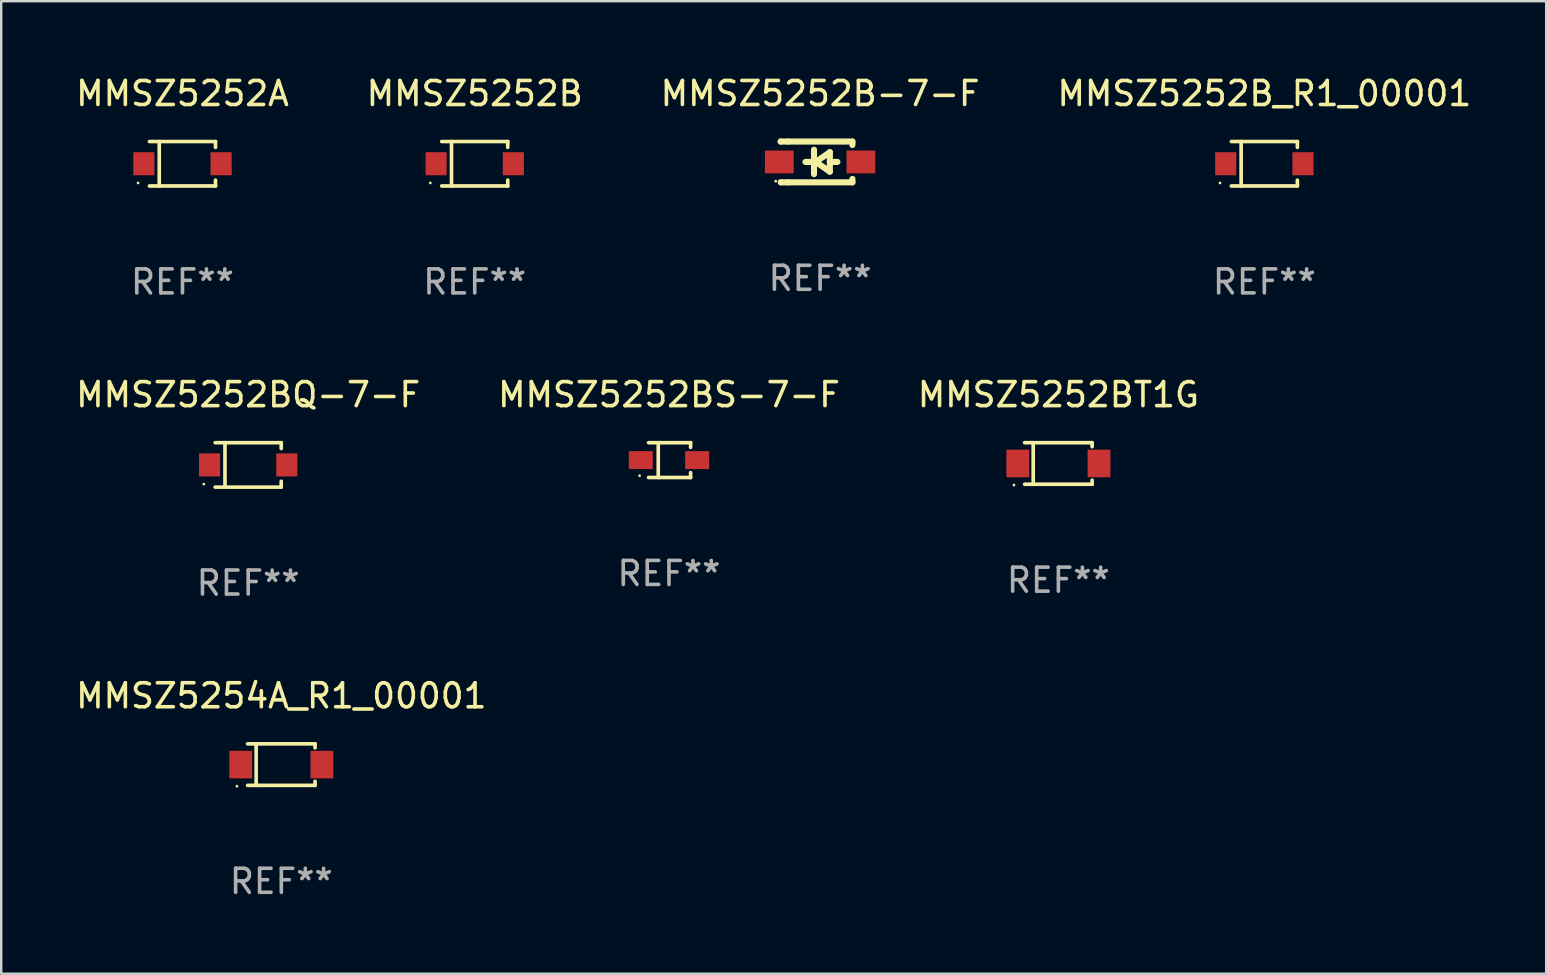
<source format=kicad_pcb>
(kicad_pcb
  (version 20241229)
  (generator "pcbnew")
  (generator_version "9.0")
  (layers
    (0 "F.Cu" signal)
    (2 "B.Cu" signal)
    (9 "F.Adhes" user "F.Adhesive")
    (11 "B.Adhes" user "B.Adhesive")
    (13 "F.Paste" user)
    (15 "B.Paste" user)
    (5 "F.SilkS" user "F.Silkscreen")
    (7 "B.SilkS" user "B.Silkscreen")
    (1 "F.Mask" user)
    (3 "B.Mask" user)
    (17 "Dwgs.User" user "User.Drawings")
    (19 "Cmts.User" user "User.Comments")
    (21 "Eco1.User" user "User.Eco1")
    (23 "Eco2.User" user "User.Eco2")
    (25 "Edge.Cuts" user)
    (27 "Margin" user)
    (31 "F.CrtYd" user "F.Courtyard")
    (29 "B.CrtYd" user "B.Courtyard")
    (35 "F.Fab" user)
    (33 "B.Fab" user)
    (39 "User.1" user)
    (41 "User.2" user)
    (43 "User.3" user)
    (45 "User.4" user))
  (footprint "MMSZ5252A"
    (layer "F.Cu")
    (at 4.554 3.774)
    (property "Reference" "MMSZ5252A" (at 0 -2.926 0) (layer "F.SilkS") (effects (font (size 1 1) (thickness 0.15))))
    (attr through_hole)
    (fp_line (start -1.376 -0.926) (end 1.376 -0.926) (stroke (width 0.152) (type solid)) (layer "F.SilkS"))
    (fp_line (start -1.376 0.926) (end 1.376 0.926) (stroke (width 0.152) (type solid)) (layer "F.SilkS"))
    (fp_line (start -0.967 -0.926) (end -0.967 0.926) (stroke (width 0.152) (type solid)) (layer "F.SilkS"))
    (fp_line (start 1.376 -0.926) (end 1.376 -0.683) (stroke (width 0.152) (type solid)) (layer "F.SilkS"))
    (fp_line (start 1.376 0.926) (end 1.376 0.683) (stroke (width 0.152) (type solid)) (layer "F.SilkS"))
    (fp_circle (center -1.85 0.8) (end -1.82 0.8) (stroke (width 0.06) (type solid)) (fill no) (layer "F.SilkS"))
    (fp_text user "REF**" (at 0 4.926 0) (layer "F.Fab") (effects (font (size 1 1) (thickness 0.15))))
    (pad "1" smd rect (at -1.61 0) (size 0.88 0.96) (layers "F.Cu" "F.Mask" "F.Paste"))
    (pad "2" smd rect (at 1.61 0) (size 0.88 0.96) (layers "F.Cu" "F.Mask" "F.Paste")))
  (footprint "MMSZ5252B"
    (layer "F.Cu")
    (at 16.732 3.774)
    (property "Reference" "MMSZ5252B" (at 0 -2.926 0) (layer "F.SilkS") (effects (font (size 1 1) (thickness 0.15))))
    (attr through_hole)
    (fp_line (start -1.376 -0.926) (end 1.376 -0.926) (stroke (width 0.152) (type solid)) (layer "F.SilkS"))
    (fp_line (start -1.376 0.926) (end 1.376 0.926) (stroke (width 0.152) (type solid)) (layer "F.SilkS"))
    (fp_line (start -0.967 -0.926) (end -0.967 0.926) (stroke (width 0.152) (type solid)) (layer "F.SilkS"))
    (fp_line (start 1.376 -0.926) (end 1.376 -0.683) (stroke (width 0.152) (type solid)) (layer "F.SilkS"))
    (fp_line (start 1.376 0.926) (end 1.376 0.683) (stroke (width 0.152) (type solid)) (layer "F.SilkS"))
    (fp_circle (center -1.85 0.8) (end -1.82 0.8) (stroke (width 0.06) (type solid)) (fill no) (layer "F.SilkS"))
    (fp_text user "REF**" (at 0 4.926 0) (layer "F.Fab") (effects (font (size 1 1) (thickness 0.15))))
    (pad "1" smd rect (at -1.61 0) (size 0.88 0.96) (layers "F.Cu" "F.Mask" "F.Paste"))
    (pad "2" smd rect (at 1.61 0) (size 0.88 0.96) (layers "F.Cu" "F.Mask" "F.Paste")))
  (footprint "MMSZ5252BQ-7-F"
    (layer "F.Cu")
    (at 7.292 16.323)
    (property "Reference" "MMSZ5252BQ-7-F" (at 0 -2.926 0) (layer "F.SilkS") (effects (font (size 1 1) (thickness 0.15))))
    (attr through_hole)
    (fp_line (start -1.376 -0.926) (end 1.376 -0.926) (stroke (width 0.152) (type solid)) (layer "F.SilkS"))
    (fp_line (start -1.376 0.926) (end 1.376 0.926) (stroke (width 0.152) (type solid)) (layer "F.SilkS"))
    (fp_line (start -0.967 -0.926) (end -0.967 0.926) (stroke (width 0.152) (type solid)) (layer "F.SilkS"))
    (fp_line (start 1.376 -0.926) (end 1.376 -0.683) (stroke (width 0.152) (type solid)) (layer "F.SilkS"))
    (fp_line (start 1.376 0.926) (end 1.376 0.683) (stroke (width 0.152) (type solid)) (layer "F.SilkS"))
    (fp_circle (center -1.85 0.8) (end -1.82 0.8) (stroke (width 0.06) (type solid)) (fill no) (layer "F.SilkS"))
    (fp_text user "REF**" (at 0 4.926 0) (layer "F.Fab") (effects (font (size 1 1) (thickness 0.15))))
    (pad "1" smd rect (at -1.61 0) (size 0.88 0.96) (layers "F.Cu" "F.Mask" "F.Paste"))
    (pad "2" smd rect (at 1.61 0) (size 0.88 0.96) (layers "F.Cu" "F.Mask" "F.Paste")))
  (footprint "MMSZ5252BS-7-F"
    (layer "F.Cu")
    (at 24.827 16.123)
    (property "Reference" "MMSZ5252BS-7-F" (at 0 -2.726 0) (layer "F.SilkS") (effects (font (size 1 1) (thickness 0.15))))
    (attr through_hole)
    (fp_line (start -0.851 -0.726) (end 0.901 -0.726) (stroke (width 0.152) (type solid)) (layer "F.SilkS"))
    (fp_line (start -0.851 0.726) (end 0.901 0.726) (stroke (width 0.152) (type solid)) (layer "F.SilkS"))
    (fp_line (start -0.447 -0.726) (end -0.447 0.726) (stroke (width 0.152) (type solid)) (layer "F.SilkS"))
    (fp_line (start 0.901 -0.726) (end 0.901 -0.53) (stroke (width 0.152) (type solid)) (layer "F.SilkS"))
    (fp_line (start 0.901 0.726) (end 0.901 0.52) (stroke (width 0.152) (type solid)) (layer "F.SilkS"))
    (fp_circle (center -1.225 0.65) (end -1.195 0.65) (stroke (width 0.06) (type solid)) (fill no) (layer "F.SilkS"))
    (fp_text user "REF**" (at 0 4.726 0) (layer "F.Fab") (effects (font (size 1 1) (thickness 0.15))))
    (pad "1" smd rect (at -1.173 0) (size 1 0.75) (layers "F.Cu" "F.Mask" "F.Paste"))
    (pad "2" smd rect (at 1.173 0) (size 1 0.75) (layers "F.Cu" "F.Mask" "F.Paste")))
  (footprint "MMSZ5252BT1G"
    (layer "F.Cu")
    (at 41.054 16.263)
    (property "Reference" "MMSZ5252BT1G" (at 0 -2.866 0) (layer "F.SilkS") (effects (font (size 1 1) (thickness 0.15))))
    (attr through_hole)
    (fp_line (start -1.406 -0.866) (end 1.406 -0.866) (stroke (width 0.152) (type solid)) (layer "F.SilkS"))
    (fp_line (start -1.406 0.866) (end 1.406 0.866) (stroke (width 0.152) (type solid)) (layer "F.SilkS"))
    (fp_line (start -1.049 -0.866) (end -1.049 0.866) (stroke (width 0.152) (type solid)) (layer "F.SilkS"))
    (fp_line (start 1.406 -0.866) (end 1.406 -0.698) (stroke (width 0.152) (type solid)) (layer "F.SilkS"))
    (fp_line (start 1.406 0.866) (end 1.406 0.698) (stroke (width 0.152) (type solid)) (layer "F.SilkS"))
    (fp_circle (center -1.851 0.9) (end -1.821 0.9) (stroke (width 0.06) (type solid)) (fill no) (layer "F.SilkS"))
    (fp_text user "REF**" (at 0 4.866 0) (layer "F.Fab") (effects (font (size 1 1) (thickness 0.15))))
    (pad "1" smd rect (at -1.692 0) (size 0.95 1.15) (layers "F.Cu" "F.Mask" "F.Paste"))
    (pad "2" smd rect (at 1.692 0) (size 0.95 1.15) (layers "F.Cu" "F.Mask" "F.Paste")))
  (footprint "MMSZ5252B-7-F"
    (layer "F.Cu")
    (at 31.125 3.698)
    (property "Reference" "MMSZ5252B-7-F" (at 0 -2.85 0) (layer "F.SilkS") (effects (font (size 1 1) (thickness 0.15))))
    (attr through_hole)
    (fp_line (start -1.643 -0.85) (end -1.644 -0.849) (stroke (width 0.254) (type solid)) (layer "F.SilkS"))
    (fp_line (start -1.638 0.85) (end -1.639 0.849) (stroke (width 0.254) (type solid)) (layer "F.SilkS"))
    (fp_line (start -1.346 -0.85) (end -1.643 -0.85) (stroke (width 0.254) (type solid)) (layer "F.SilkS"))
    (fp_line (start -1.346 -0.85) (end 1.346 -0.85) (stroke (width 0.254) (type solid)) (layer "F.SilkS"))
    (fp_line (start -1.346 0.85) (end -1.638 0.85) (stroke (width 0.254) (type solid)) (layer "F.SilkS"))
    (fp_line (start -0.28 0) (end -0.61 0) (stroke (width 0.254) (type solid)) (layer "F.SilkS"))
    (fp_line (start -0.254 -0.508) (end -0.254 0.508) (stroke (width 0.254) (type solid)) (layer "F.SilkS"))
    (fp_line (start -0.178 0) (end 0.406 -0.406) (stroke (width 0.254) (type solid)) (layer "F.SilkS"))
    (fp_line (start 0.406 -0.406) (end 0.406 0.406) (stroke (width 0.254) (type solid)) (layer "F.SilkS"))
    (fp_line (start 0.406 -0.000254) (end 0.72 -0.000254) (stroke (width 0.254) (type solid)) (layer "F.SilkS"))
    (fp_line (start 0.406 0.406) (end -0.178 0) (stroke (width 0.254) (type solid)) (layer "F.SilkS"))
    (fp_line (start 1.346 -0.85) (end 1.346 -0.706) (stroke (width 0.254) (type solid)) (layer "F.SilkS"))
    (fp_line (start 1.346 0.706) (end 1.346 0.85) (stroke (width 0.254) (type solid)) (layer "F.SilkS"))
    (fp_line (start 1.346 0.85) (end -1.346 0.85) (stroke (width 0.254) (type solid)) (layer "F.SilkS"))
    (fp_circle (center -1.85 0.8) (end -1.82 0.8) (stroke (width 0.06) (type solid)) (fill no) (layer "F.SilkS"))
    (fp_text user "REF**" (at 0 4.85 0) (layer "F.Fab") (effects (font (size 1 1) (thickness 0.15))))
    (pad "1" smd rect (at -1.7 0) (size 1.2 0.95) (layers "F.Cu" "F.Mask" "F.Paste"))
    (pad "2" smd rect (at 1.7 0) (size 1.2 0.95) (layers "F.Cu" "F.Mask" "F.Paste")))
  (footprint "MMSZ5252B_R1_00001"
    (layer "F.Cu")
    (at 49.637 3.774)
    (property "Reference" "MMSZ5252B_R1_00001" (at 0 -2.926 0) (layer "F.SilkS") (effects (font (size 1 1) (thickness 0.15))))
    (attr through_hole)
    (fp_line (start -1.376 -0.926) (end 1.376 -0.926) (stroke (width 0.152) (type solid)) (layer "F.SilkS"))
    (fp_line (start -1.376 0.926) (end 1.376 0.926) (stroke (width 0.152) (type solid)) (layer "F.SilkS"))
    (fp_line (start -0.967 -0.926) (end -0.967 0.926) (stroke (width 0.152) (type solid)) (layer "F.SilkS"))
    (fp_line (start 1.376 -0.926) (end 1.376 -0.683) (stroke (width 0.152) (type solid)) (layer "F.SilkS"))
    (fp_line (start 1.376 0.926) (end 1.376 0.683) (stroke (width 0.152) (type solid)) (layer "F.SilkS"))
    (fp_circle (center -1.85 0.8) (end -1.82 0.8) (stroke (width 0.06) (type solid)) (fill no) (layer "F.SilkS"))
    (fp_text user "REF**" (at 0 4.926 0) (layer "F.Fab") (effects (font (size 1 1) (thickness 0.15))))
    (pad "1" smd rect (at -1.61 0) (size 0.88 0.96) (layers "F.Cu" "F.Mask" "F.Paste"))
    (pad "2" smd rect (at 1.61 0) (size 0.88 0.96) (layers "F.Cu" "F.Mask" "F.Paste")))
  (footprint "MMSZ5254A_R1_00001"
    (layer "F.Cu")
    (at 8.673 28.812)
    (property "Reference" "MMSZ5254A_R1_00001" (at 0 -2.866 0) (layer "F.SilkS") (effects (font (size 1 1) (thickness 0.15))))
    (attr through_hole)
    (fp_line (start -1.406 -0.866) (end 1.406 -0.866) (stroke (width 0.152) (type solid)) (layer "F.SilkS"))
    (fp_line (start -1.406 0.866) (end 1.406 0.866) (stroke (width 0.152) (type solid)) (layer "F.SilkS"))
    (fp_line (start -1.049 -0.866) (end -1.049 0.866) (stroke (width 0.152) (type solid)) (layer "F.SilkS"))
    (fp_line (start 1.406 -0.866) (end 1.406 -0.698) (stroke (width 0.152) (type solid)) (layer "F.SilkS"))
    (fp_line (start 1.406 0.866) (end 1.406 0.698) (stroke (width 0.152) (type solid)) (layer "F.SilkS"))
    (fp_circle (center -1.851 0.9) (end -1.821 0.9) (stroke (width 0.06) (type solid)) (fill no) (layer "F.SilkS"))
    (fp_text user "REF**" (at 0 4.866 0) (layer "F.Fab") (effects (font (size 1 1) (thickness 0.15))))
    (pad "1" smd rect (at -1.692 0) (size 0.95 1.15) (layers "F.Cu" "F.Mask" "F.Paste"))
    (pad "2" smd rect (at 1.692 0) (size 0.95 1.15) (layers "F.Cu" "F.Mask" "F.Paste")))
  (gr_rect
    (start -3 -3)
    (end 61.381 37.527)
    (stroke (width 0.1) (type default))
    (fill no)
    (layer "Edge.Cuts")))
</source>
